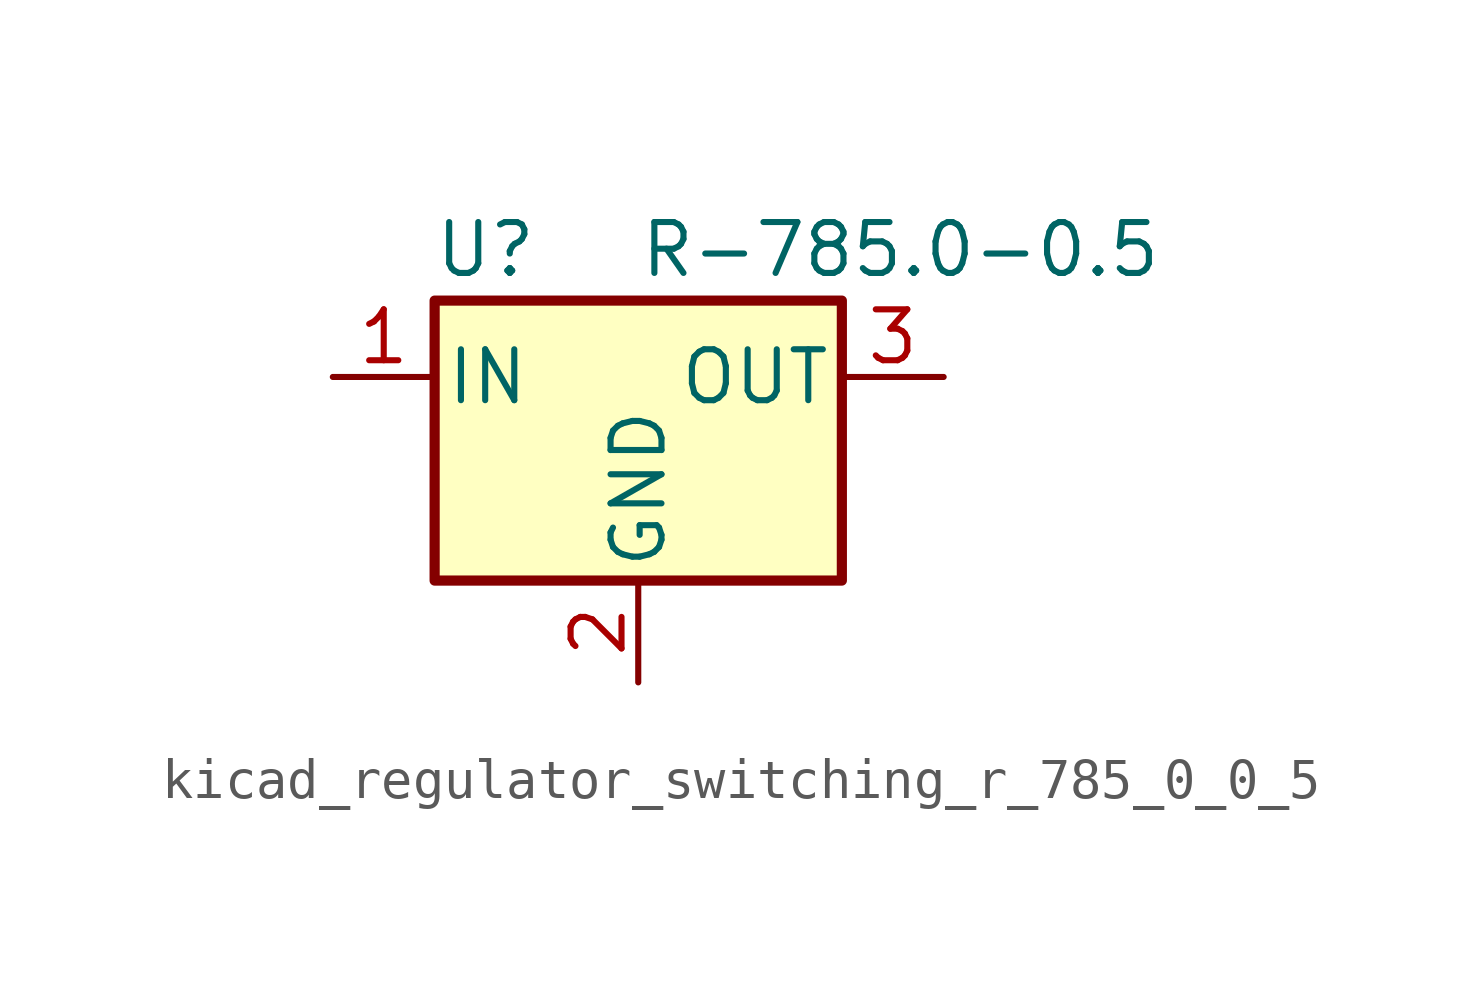
<source format=kicad_sym>
(kicad_symbol_lib
  (version 20220914)
  (generator kicad_symbol_editor)
  (symbol "kicad_regulator_switching_r_785_0_0_5"
    (pin_names
      (offset 0.254))
    (property "Reference" "U"
      (at -3.81 3.175 0)
      (effects (font (size 1.27 1.27))))
    (property "Value" "R-785.0-0.5"
      (at 0 3.175 0)
      (effects (font (size 1.27 1.27)) (justify left)))
    (symbol "kicad_regulator_switching_r_785_0_0_5_0_1"
      (rectangle (start -5.08 1.905) (end 5.08 -5.08) (stroke (width 0.254) (type default)) (fill (type background))))
    (symbol "kicad_regulator_switching_r_785_0_0_5_1_1"
      (pin power_in line (at -7.62 0 0) (length 2.54) (name "IN" (effects (font (size 1.27 1.27)))) (number "1" (effects (font (size 1.27 1.27)))))
      (pin power_in line (at 0 -7.62 90) (length 2.54) (name "GND" (effects (font (size 1.27 1.27)))) (number "2" (effects (font (size 1.27 1.27)))))
      (pin power_out line (at 7.62 0 180) (length 2.54) (name "OUT" (effects (font (size 1.27 1.27)))) (number "3" (effects (font (size 1.27 1.27))))))))
</source>
